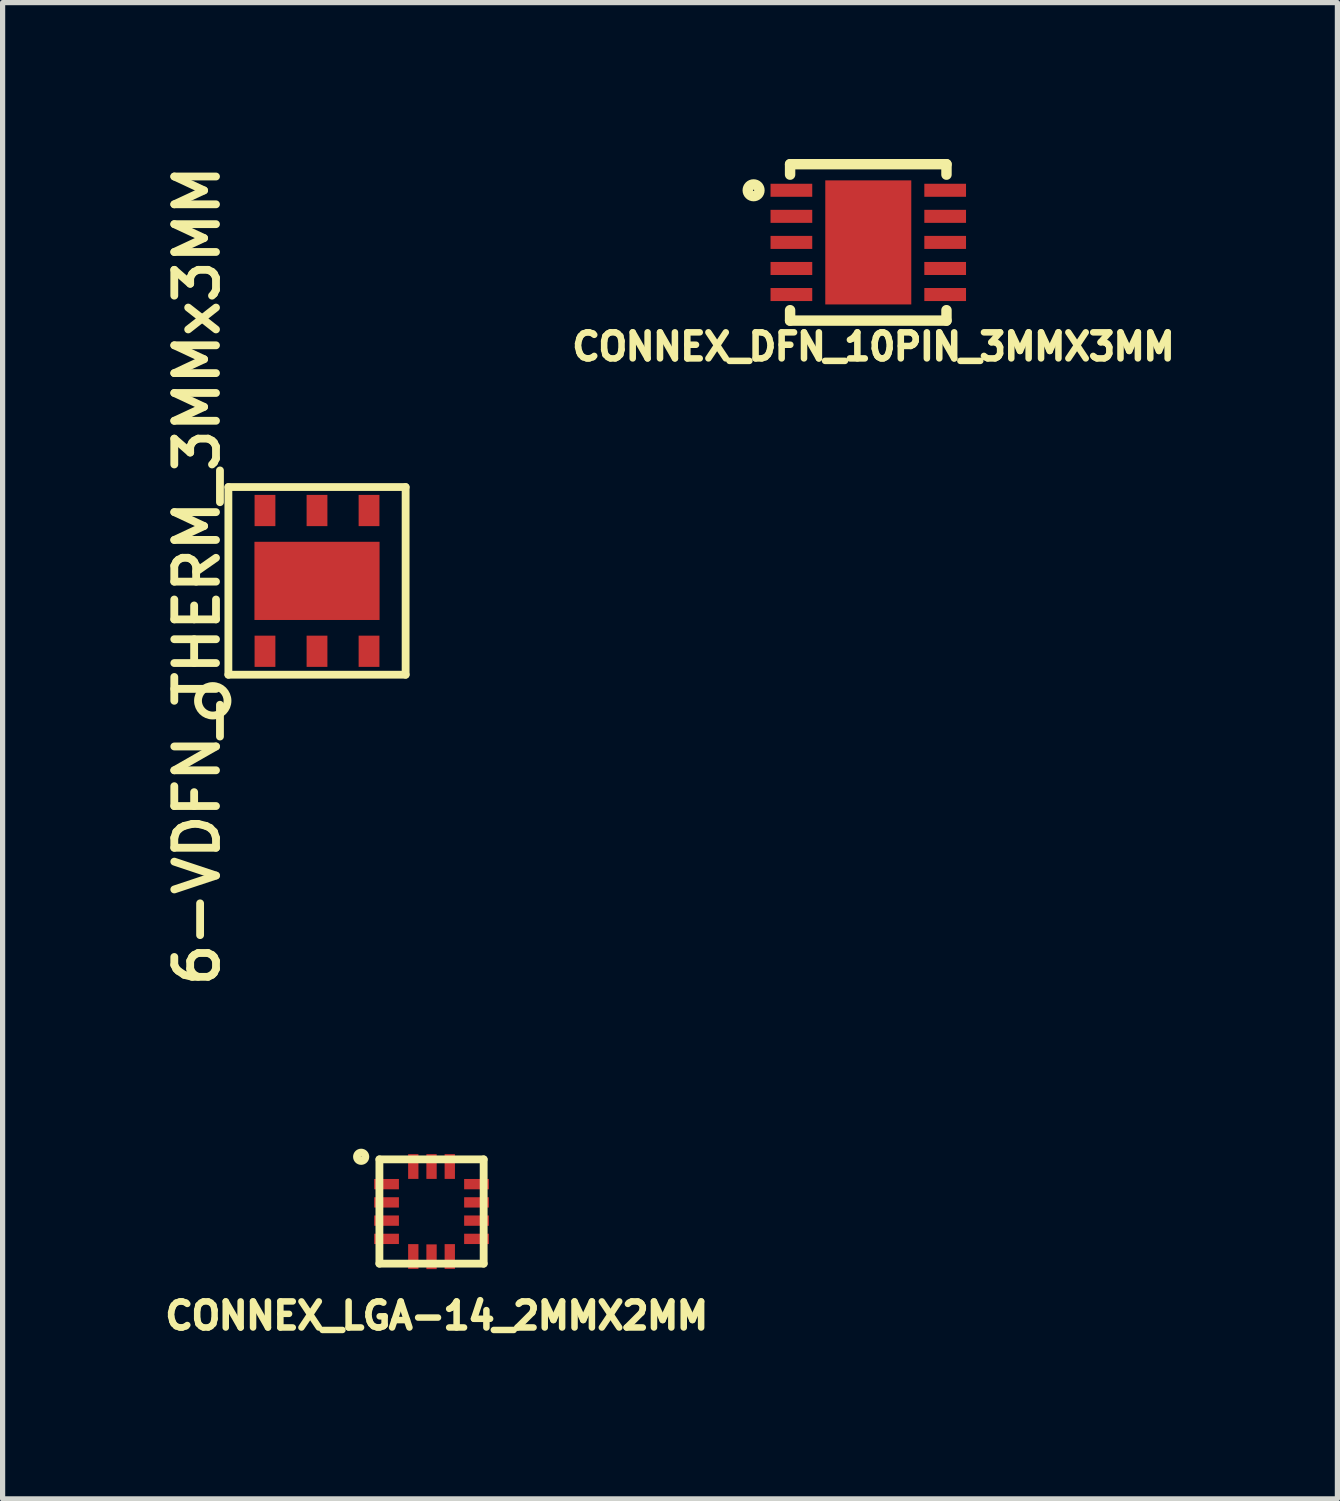
<source format=kicad_pcb>
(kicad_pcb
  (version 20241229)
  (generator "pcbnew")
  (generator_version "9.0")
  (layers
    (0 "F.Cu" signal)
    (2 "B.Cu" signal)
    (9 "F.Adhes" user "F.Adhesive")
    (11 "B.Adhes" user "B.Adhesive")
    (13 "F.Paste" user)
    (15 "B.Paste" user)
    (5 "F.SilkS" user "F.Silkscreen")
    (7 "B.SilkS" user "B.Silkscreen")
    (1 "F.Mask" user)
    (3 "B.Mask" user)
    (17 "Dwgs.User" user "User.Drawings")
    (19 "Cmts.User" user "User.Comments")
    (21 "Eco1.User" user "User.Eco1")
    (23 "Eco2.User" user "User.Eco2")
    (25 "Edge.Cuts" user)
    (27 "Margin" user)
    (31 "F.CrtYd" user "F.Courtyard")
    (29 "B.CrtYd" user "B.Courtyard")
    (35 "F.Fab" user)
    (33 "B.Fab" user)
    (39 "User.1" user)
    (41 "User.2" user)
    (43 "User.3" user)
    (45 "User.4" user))
  (footprint "6-VDFN_THERM_3MMx3MM"
    (layer "F.Cu")
    (at 3.031 8.093)
    (property "Reference" "6-VDFN_THERM_3MMx3MM" (at -2.3 -0.1 90) (layer "F.SilkS") (effects (font (size 0.8 0.8) (thickness 0.15))))
    (attr through_hole)
    (fp_line (start -1.7 -1.8) (end -1.7 1.8) (stroke (width 0.15) (type solid)) (layer "F.SilkS"))
    (fp_line (start -1.7 1.8) (end 1.7 1.8) (stroke (width 0.15) (type solid)) (layer "F.SilkS"))
    (fp_line (start 1.7 -1.8) (end -1.7 -1.8) (stroke (width 0.15) (type solid)) (layer "F.SilkS"))
    (fp_line (start 1.7 1.8) (end 1.7 -1.8) (stroke (width 0.15) (type solid)) (layer "F.SilkS"))
    (fp_circle (center -2 2.3) (end -1.8 2.1) (stroke (width 0.15) (type solid)) (fill no) (layer "F.SilkS"))
    (pad "1" smd rect (at -0.998 1.35) (size 0.399 0.599) (layers "F.Cu" "F.Mask" "F.Paste"))
    (pad "2" smd rect (at 0 1.35) (size 0.399 0.599) (layers "F.Cu" "F.Mask" "F.Paste"))
    (pad "3" smd rect (at 0.998 1.35) (size 0.399 0.599) (layers "F.Cu" "F.Mask" "F.Paste"))
    (pad "4" smd rect (at 0.998 -1.35) (size 0.399 0.599) (layers "F.Cu" "F.Mask" "F.Paste"))
    (pad "5" smd rect (at 0 -1.35) (size 0.399 0.599) (layers "F.Cu" "F.Mask" "F.Paste"))
    (pad "6" smd rect (at -0.998 -1.35) (size 0.399 0.599) (layers "F.Cu" "F.Mask" "F.Paste"))
    (pad "7" smd rect (at 0 0) (size 2.4 1.5) (layers "F.Cu" "F.Mask" "F.Paste")))
  (footprint "CONNEX_LGA-14_2MMX2MM"
    (layer "F.Cu")
    (at 5.228 20.19)
    (property "Reference" "CONNEX_LGA-14_2MMX2MM" (at 0.1 2 0) (layer "F.SilkS") (effects (font (size 0.5 0.5) (thickness 0.125))))
    (attr through_hole)
    (fp_line (start -1 -1) (end 1 -1) (stroke (width 0.15) (type solid)) (layer "F.SilkS"))
    (fp_line (start -1 1) (end -1 -1) (stroke (width 0.15) (type solid)) (layer "F.SilkS"))
    (fp_line (start 1 -1) (end 1 1) (stroke (width 0.15) (type solid)) (layer "F.SilkS"))
    (fp_line (start 1 1) (end -1 1) (stroke (width 0.15) (type solid)) (layer "F.SilkS"))
    (fp_circle (center -1.35 -1.05) (end -1.43 -1.05) (stroke (width 0.15) (type solid)) (fill no) (layer "F.SilkS"))
    (pad "1" smd rect (at -0.863 -0.525) (size 0.475 0.198) (layers "F.Cu" "F.Mask" "F.Paste"))
    (pad "2" smd rect (at -0.863 -0.175) (size 0.475 0.198) (layers "F.Cu" "F.Mask" "F.Paste"))
    (pad "3" smd rect (at -0.863 0.175) (size 0.475 0.198) (layers "F.Cu" "F.Mask" "F.Paste"))
    (pad "4" smd rect (at -0.863 0.525) (size 0.475 0.198) (layers "F.Cu" "F.Mask" "F.Paste"))
    (pad "5" smd rect (at -0.35 0.863 90) (size 0.475 0.198) (layers "F.Cu" "F.Mask" "F.Paste"))
    (pad "6" smd rect (at 0 0.868 90) (size 0.475 0.198) (layers "F.Cu" "F.Mask" "F.Paste"))
    (pad "7" smd rect (at 0.35 0.863 90) (size 0.475 0.198) (layers "F.Cu" "F.Mask" "F.Paste"))
    (pad "8" smd rect (at 0.863 0.525) (size 0.475 0.198) (layers "F.Cu" "F.Mask" "F.Paste"))
    (pad "9" smd rect (at 0.863 0.175) (size 0.475 0.198) (layers "F.Cu" "F.Mask" "F.Paste"))
    (pad "10" smd rect (at 0.863 -0.175) (size 0.475 0.198) (layers "F.Cu" "F.Mask" "F.Paste"))
    (pad "11" smd rect (at 0.863 -0.525) (size 0.475 0.198) (layers "F.Cu" "F.Mask" "F.Paste"))
    (pad "12" smd rect (at 0.35 -0.863 90) (size 0.475 0.198) (layers "F.Cu" "F.Mask" "F.Paste"))
    (pad "13" smd rect (at 0 -0.863 90) (size 0.475 0.198) (layers "F.Cu" "F.Mask" "F.Paste"))
    (pad "14" smd rect (at -0.35 -0.863 90) (size 0.475 0.198) (layers "F.Cu" "F.Mask" "F.Paste")))
  (footprint "CONNEX_DFN_10PIN_3MMX3MM"
    (layer "F.Cu")
    (at 13.606 1.6)
    (property "Reference" "CONNEX_DFN_10PIN_3MMX3MM" (at 0.1 2 0) (layer "F.SilkS") (effects (font (size 0.5 0.5) (thickness 0.125))))
    (attr through_hole)
    (fp_line (start -1.5 -1.5) (end 1.5 -1.5) (stroke (width 0.2) (type solid)) (layer "F.SilkS"))
    (fp_line (start -1.5 -1.3) (end -1.5 -1.5) (stroke (width 0.2) (type solid)) (layer "F.SilkS"))
    (fp_line (start -1.5 1.5) (end -1.5 1.3) (stroke (width 0.2) (type solid)) (layer "F.SilkS"))
    (fp_line (start 1.5 -1.5) (end 1.5 -1.3) (stroke (width 0.2) (type solid)) (layer "F.SilkS"))
    (fp_line (start 1.5 1.3) (end 1.5 1.5) (stroke (width 0.2) (type solid)) (layer "F.SilkS"))
    (fp_line (start 1.5 1.5) (end -1.5 1.5) (stroke (width 0.2) (type solid)) (layer "F.SilkS"))
    (fp_circle (center -2.2 -1) (end -2.25 -1.1) (stroke (width 0.2) (type solid)) (fill no) (layer "F.SilkS"))
    (pad "1" smd rect (at -1.475 -1 90) (size 0.25 0.8) (layers "F.Cu" "F.Mask" "F.Paste"))
    (pad "2" smd rect (at -1.475 -0.5 90) (size 0.25 0.8) (layers "F.Cu" "F.Mask" "F.Paste"))
    (pad "3" smd rect (at -1.475 0 90) (size 0.25 0.8) (layers "F.Cu" "F.Mask" "F.Paste"))
    (pad "4" smd rect (at -1.475 0.5 90) (size 0.25 0.8) (layers "F.Cu" "F.Mask" "F.Paste"))
    (pad "5" smd rect (at -1.475 1 90) (size 0.25 0.8) (layers "F.Cu" "F.Mask" "F.Paste"))
    (pad "6" smd rect (at 1.475 1 90) (size 0.25 0.8) (layers "F.Cu" "F.Mask" "F.Paste"))
    (pad "7" smd rect (at 1.475 0.5 90) (size 0.25 0.8) (layers "F.Cu" "F.Mask" "F.Paste"))
    (pad "8" smd rect (at 1.475 0 90) (size 0.25 0.8) (layers "F.Cu" "F.Mask" "F.Paste"))
    (pad "9" smd rect (at 1.475 -0.5 90) (size 0.25 0.8) (layers "F.Cu" "F.Mask" "F.Paste"))
    (pad "10" smd rect (at 1.475 -1 90) (size 0.25 0.8) (layers "F.Cu" "F.Mask" "F.Paste"))
    (pad "11" smd rect (at 0 0 180) (size 1.65 2.38) (layers "F.Cu" "F.Mask" "F.Paste")))
  (gr_rect
    (start -3 -3)
    (end 22.605 25.702)
    (stroke (width 0.1) (type default))
    (fill no)
    (layer "Edge.Cuts")))
</source>
